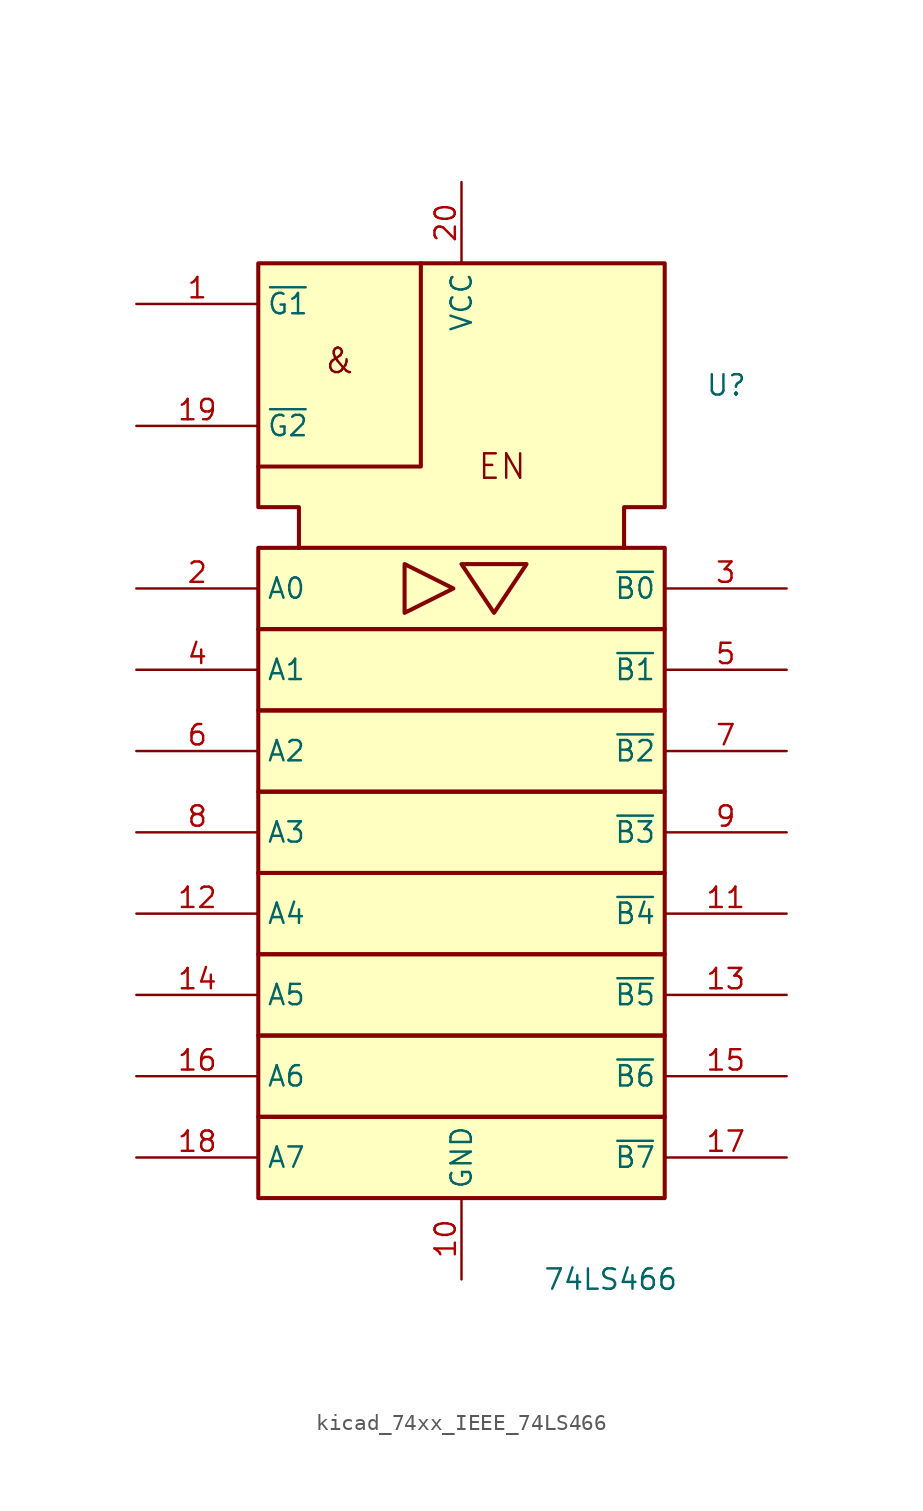
<source format=kicad_sym>
(kicad_symbol_lib
  (version 20220914)
  (generator kicad_symbol_editor)
  (symbol "kicad_74xx_IEEE_74LS466"
    (property "Reference" "U"
      (at 15.24 25.4 0)
      (effects (font (size 1.27 1.27)) (justify left)))
    (property "Value" "74LS466"
      (at 5.08 -30.48 0)
      (effects (font (size 1.27 1.27)) (justify left)))
    (symbol "kicad_74xx_IEEE_74LS466_0_0"
      (polyline (pts (xy -2.54 33.02) (xy -2.54 20.32) (xy -12.7 20.32) (xy -12.7 20.32)) (stroke (width 0.254) (type default)) (fill (type background)))
      (polyline (pts (xy -3.556 14.224) (xy -3.556 11.176) (xy -0.508 12.7) (xy -3.556 14.224) (xy -3.556 14.224)) (stroke (width 0.254) (type default)) (fill (type background)))
      (polyline (pts (xy 0 14.224) (xy 4.064 14.224) (xy 2.032 11.176) (xy 0 14.224) (xy 0 14.224)) (stroke (width 0.254) (type default)) (fill (type background)))
      (text "&" (at -7.62 26.924 0) (effects (font (size 1.524 1.524))))
      (text "EN" (at 2.54 20.32 0) (effects (font (size 1.524 1.524))))
      (pin power_in line (at 0 -30.48 90) (length 5.08) (name "GND" (effects (font (size 1.27 1.27)))) (number "10" (effects (font (size 1.27 1.27)))))
      (pin power_in line (at 0 38.1 270) (length 5.08) (name "VCC" (effects (font (size 1.27 1.27)))) (number "20" (effects (font (size 1.27 1.27))))))
    (symbol "kicad_74xx_IEEE_74LS466_0_1"
      (rectangle (start -12.7 -20.32) (end 12.7 -25.4) (stroke (width 0.254) (type default)) (fill (type background)))
      (rectangle (start -12.7 -15.24) (end 12.7 -20.32) (stroke (width 0.254) (type default)) (fill (type background)))
      (rectangle (start -12.7 -10.16) (end 12.7 -15.24) (stroke (width 0.254) (type default)) (fill (type background)))
      (rectangle (start -12.7 -5.08) (end 12.7 -10.16) (stroke (width 0.254) (type default)) (fill (type background)))
      (rectangle (start -12.7 0) (end 12.7 -5.08) (stroke (width 0.254) (type default)) (fill (type background)))
      (rectangle (start -12.7 5.08) (end 12.7 0) (stroke (width 0.254) (type default)) (fill (type background)))
      (rectangle (start -12.7 10.16) (end 12.7 5.08) (stroke (width 0.254) (type default)) (fill (type background)))
      (rectangle (start -12.7 15.24) (end 12.7 10.16) (stroke (width 0.254) (type default)) (fill (type background)))
      (polyline (pts (xy -10.16 15.24) (xy -10.16 17.78) (xy -12.7 17.78) (xy -12.7 33.02) (xy 12.7 33.02) (xy 12.7 17.78) (xy 10.16 17.78) (xy 10.16 15.24) (xy 10.16 15.24)) (stroke (width 0.254) (type default)) (fill (type background))))
    (symbol "kicad_74xx_IEEE_74LS466_1_1"
      (pin input line (at -20.32 30.48 0) (length 7.62) (name "~{G1}" (effects (font (size 1.27 1.27)))) (number "1" (effects (font (size 1.27 1.27)))))
      (pin tri_state line (at 20.32 -7.62 180) (length 7.62) (name "~{B4}" (effects (font (size 1.27 1.27)))) (number "11" (effects (font (size 1.27 1.27)))))
      (pin tri_state line (at -20.32 -7.62 0) (length 7.62) (name "A4" (effects (font (size 1.27 1.27)))) (number "12" (effects (font (size 1.27 1.27)))))
      (pin tri_state line (at 20.32 -12.7 180) (length 7.62) (name "~{B5}" (effects (font (size 1.27 1.27)))) (number "13" (effects (font (size 1.27 1.27)))))
      (pin tri_state line (at -20.32 -12.7 0) (length 7.62) (name "A5" (effects (font (size 1.27 1.27)))) (number "14" (effects (font (size 1.27 1.27)))))
      (pin tri_state line (at 20.32 -17.78 180) (length 7.62) (name "~{B6}" (effects (font (size 1.27 1.27)))) (number "15" (effects (font (size 1.27 1.27)))))
      (pin tri_state line (at -20.32 -17.78 0) (length 7.62) (name "A6" (effects (font (size 1.27 1.27)))) (number "16" (effects (font (size 1.27 1.27)))))
      (pin tri_state line (at 20.32 -22.86 180) (length 7.62) (name "~{B7}" (effects (font (size 1.27 1.27)))) (number "17" (effects (font (size 1.27 1.27)))))
      (pin tri_state line (at -20.32 -22.86 0) (length 7.62) (name "A7" (effects (font (size 1.27 1.27)))) (number "18" (effects (font (size 1.27 1.27)))))
      (pin input line (at -20.32 22.86 0) (length 7.62) (name "~{G2}" (effects (font (size 1.27 1.27)))) (number "19" (effects (font (size 1.27 1.27)))))
      (pin tri_state line (at -20.32 12.7 0) (length 7.62) (name "A0" (effects (font (size 1.27 1.27)))) (number "2" (effects (font (size 1.27 1.27)))))
      (pin tri_state line (at 20.32 12.7 180) (length 7.62) (name "~{B0}" (effects (font (size 1.27 1.27)))) (number "3" (effects (font (size 1.27 1.27)))))
      (pin tri_state line (at -20.32 7.62 0) (length 7.62) (name "A1" (effects (font (size 1.27 1.27)))) (number "4" (effects (font (size 1.27 1.27)))))
      (pin tri_state line (at 20.32 7.62 180) (length 7.62) (name "~{B1}" (effects (font (size 1.27 1.27)))) (number "5" (effects (font (size 1.27 1.27)))))
      (pin tri_state line (at -20.32 2.54 0) (length 7.62) (name "A2" (effects (font (size 1.27 1.27)))) (number "6" (effects (font (size 1.27 1.27)))))
      (pin tri_state line (at 20.32 2.54 180) (length 7.62) (name "~{B2}" (effects (font (size 1.27 1.27)))) (number "7" (effects (font (size 1.27 1.27)))))
      (pin tri_state line (at -20.32 -2.54 0) (length 7.62) (name "A3" (effects (font (size 1.27 1.27)))) (number "8" (effects (font (size 1.27 1.27)))))
      (pin tri_state line (at 20.32 -2.54 180) (length 7.62) (name "~{B3}" (effects (font (size 1.27 1.27)))) (number "9" (effects (font (size 1.27 1.27))))))))
</source>
